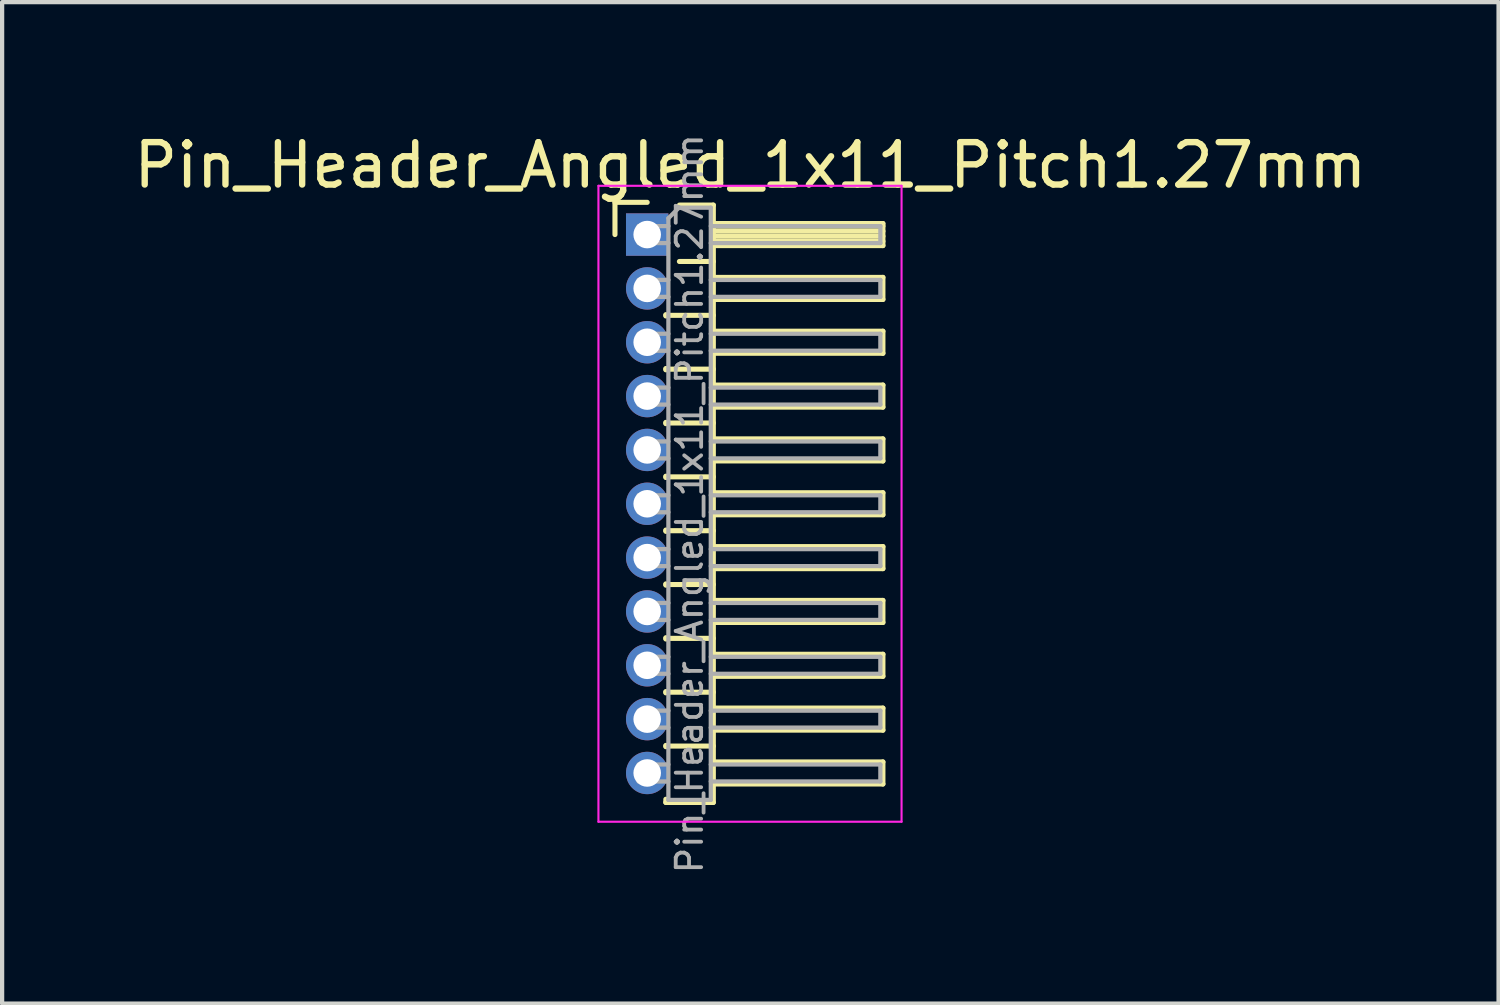
<source format=kicad_pcb>
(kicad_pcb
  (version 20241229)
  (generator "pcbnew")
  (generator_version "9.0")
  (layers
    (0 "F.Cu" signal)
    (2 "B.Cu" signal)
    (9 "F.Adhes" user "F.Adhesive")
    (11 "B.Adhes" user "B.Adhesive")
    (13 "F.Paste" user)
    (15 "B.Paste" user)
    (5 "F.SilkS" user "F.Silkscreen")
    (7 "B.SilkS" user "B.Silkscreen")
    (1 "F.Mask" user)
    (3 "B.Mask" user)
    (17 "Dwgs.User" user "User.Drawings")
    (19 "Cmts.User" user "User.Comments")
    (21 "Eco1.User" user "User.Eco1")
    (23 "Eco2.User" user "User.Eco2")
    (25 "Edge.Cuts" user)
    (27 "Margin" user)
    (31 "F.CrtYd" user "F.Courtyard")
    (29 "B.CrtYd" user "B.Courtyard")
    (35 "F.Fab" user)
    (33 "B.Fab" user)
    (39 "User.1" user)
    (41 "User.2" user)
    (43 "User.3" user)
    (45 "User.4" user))
  (footprint "Pin_Header_Angled_1x11_Pitch1.27mm"
    (layer "F.Cu")
    (at 12.216 2.483)
    (property "Reference" "Pin_Header_Angled_1x11_Pitch1.27mm" (at 2.433 -1.635 0) (layer "F.SilkS") (effects (font (size 1 1) (thickness 0.15))))
    (attr through_hole)
    (fp_line (start -0.76 -0.76) (end 0 -0.76) (stroke (width 0.12) (type solid)) (layer "F.SilkS"))
    (fp_line (start -0.76 0) (end -0.76 -0.76) (stroke (width 0.12) (type solid)) (layer "F.SilkS"))
    (fp_line (start 0.44 1.89) (end 0.44 1.92) (stroke (width 0.12) (type solid)) (layer "F.SilkS"))
    (fp_line (start 0.44 1.905) (end 1.56 1.905) (stroke (width 0.12) (type solid)) (layer "F.SilkS"))
    (fp_line (start 0.44 3.16) (end 0.44 3.19) (stroke (width 0.12) (type solid)) (layer "F.SilkS"))
    (fp_line (start 0.44 3.175) (end 1.56 3.175) (stroke (width 0.12) (type solid)) (layer "F.SilkS"))
    (fp_line (start 0.44 4.43) (end 0.44 4.46) (stroke (width 0.12) (type solid)) (layer "F.SilkS"))
    (fp_line (start 0.44 4.445) (end 1.56 4.445) (stroke (width 0.12) (type solid)) (layer "F.SilkS"))
    (fp_line (start 0.44 5.7) (end 0.44 5.73) (stroke (width 0.12) (type solid)) (layer "F.SilkS"))
    (fp_line (start 0.44 5.715) (end 1.56 5.715) (stroke (width 0.12) (type solid)) (layer "F.SilkS"))
    (fp_line (start 0.44 6.97) (end 0.44 7) (stroke (width 0.12) (type solid)) (layer "F.SilkS"))
    (fp_line (start 0.44 6.985) (end 1.56 6.985) (stroke (width 0.12) (type solid)) (layer "F.SilkS"))
    (fp_line (start 0.44 8.24) (end 0.44 8.27) (stroke (width 0.12) (type solid)) (layer "F.SilkS"))
    (fp_line (start 0.44 8.255) (end 1.56 8.255) (stroke (width 0.12) (type solid)) (layer "F.SilkS"))
    (fp_line (start 0.44 9.51) (end 0.44 9.54) (stroke (width 0.12) (type solid)) (layer "F.SilkS"))
    (fp_line (start 0.44 9.525) (end 1.56 9.525) (stroke (width 0.12) (type solid)) (layer "F.SilkS"))
    (fp_line (start 0.44 10.78) (end 0.44 10.81) (stroke (width 0.12) (type solid)) (layer "F.SilkS"))
    (fp_line (start 0.44 10.795) (end 1.56 10.795) (stroke (width 0.12) (type solid)) (layer "F.SilkS"))
    (fp_line (start 0.44 12.05) (end 0.44 12.08) (stroke (width 0.12) (type solid)) (layer "F.SilkS"))
    (fp_line (start 0.44 12.065) (end 1.56 12.065) (stroke (width 0.12) (type solid)) (layer "F.SilkS"))
    (fp_line (start 0.44 13.395) (end 0.44 13.32) (stroke (width 0.12) (type solid)) (layer "F.SilkS"))
    (fp_line (start 0.76 -0.695) (end 1.56 -0.695) (stroke (width 0.12) (type solid)) (layer "F.SilkS"))
    (fp_line (start 0.76 0.635) (end 1.56 0.635) (stroke (width 0.12) (type solid)) (layer "F.SilkS"))
    (fp_line (start 1.56 -0.695) (end 1.56 13.395) (stroke (width 0.12) (type solid)) (layer "F.SilkS"))
    (fp_line (start 1.56 -0.26) (end 5.56 -0.26) (stroke (width 0.12) (type solid)) (layer "F.SilkS"))
    (fp_line (start 1.56 -0.2) (end 5.56 -0.2) (stroke (width 0.12) (type solid)) (layer "F.SilkS"))
    (fp_line (start 1.56 -0.08) (end 5.56 -0.08) (stroke (width 0.12) (type solid)) (layer "F.SilkS"))
    (fp_line (start 1.56 0.04) (end 5.56 0.04) (stroke (width 0.12) (type solid)) (layer "F.SilkS"))
    (fp_line (start 1.56 0.16) (end 5.56 0.16) (stroke (width 0.12) (type solid)) (layer "F.SilkS"))
    (fp_line (start 1.56 1.01) (end 5.56 1.01) (stroke (width 0.12) (type solid)) (layer "F.SilkS"))
    (fp_line (start 1.56 2.28) (end 5.56 2.28) (stroke (width 0.12) (type solid)) (layer "F.SilkS"))
    (fp_line (start 1.56 3.55) (end 5.56 3.55) (stroke (width 0.12) (type solid)) (layer "F.SilkS"))
    (fp_line (start 1.56 4.82) (end 5.56 4.82) (stroke (width 0.12) (type solid)) (layer "F.SilkS"))
    (fp_line (start 1.56 6.09) (end 5.56 6.09) (stroke (width 0.12) (type solid)) (layer "F.SilkS"))
    (fp_line (start 1.56 7.36) (end 5.56 7.36) (stroke (width 0.12) (type solid)) (layer "F.SilkS"))
    (fp_line (start 1.56 8.63) (end 5.56 8.63) (stroke (width 0.12) (type solid)) (layer "F.SilkS"))
    (fp_line (start 1.56 9.9) (end 5.56 9.9) (stroke (width 0.12) (type solid)) (layer "F.SilkS"))
    (fp_line (start 1.56 11.17) (end 5.56 11.17) (stroke (width 0.12) (type solid)) (layer "F.SilkS"))
    (fp_line (start 1.56 12.44) (end 5.56 12.44) (stroke (width 0.12) (type solid)) (layer "F.SilkS"))
    (fp_line (start 1.56 13.395) (end 0.44 13.395) (stroke (width 0.12) (type solid)) (layer "F.SilkS"))
    (fp_line (start 5.56 -0.26) (end 5.56 0.26) (stroke (width 0.12) (type solid)) (layer "F.SilkS"))
    (fp_line (start 5.56 0.26) (end 1.56 0.26) (stroke (width 0.12) (type solid)) (layer "F.SilkS"))
    (fp_line (start 5.56 1.01) (end 5.56 1.53) (stroke (width 0.12) (type solid)) (layer "F.SilkS"))
    (fp_line (start 5.56 1.53) (end 1.56 1.53) (stroke (width 0.12) (type solid)) (layer "F.SilkS"))
    (fp_line (start 5.56 2.28) (end 5.56 2.8) (stroke (width 0.12) (type solid)) (layer "F.SilkS"))
    (fp_line (start 5.56 2.8) (end 1.56 2.8) (stroke (width 0.12) (type solid)) (layer "F.SilkS"))
    (fp_line (start 5.56 3.55) (end 5.56 4.07) (stroke (width 0.12) (type solid)) (layer "F.SilkS"))
    (fp_line (start 5.56 4.07) (end 1.56 4.07) (stroke (width 0.12) (type solid)) (layer "F.SilkS"))
    (fp_line (start 5.56 4.82) (end 5.56 5.34) (stroke (width 0.12) (type solid)) (layer "F.SilkS"))
    (fp_line (start 5.56 5.34) (end 1.56 5.34) (stroke (width 0.12) (type solid)) (layer "F.SilkS"))
    (fp_line (start 5.56 6.09) (end 5.56 6.61) (stroke (width 0.12) (type solid)) (layer "F.SilkS"))
    (fp_line (start 5.56 6.61) (end 1.56 6.61) (stroke (width 0.12) (type solid)) (layer "F.SilkS"))
    (fp_line (start 5.56 7.36) (end 5.56 7.88) (stroke (width 0.12) (type solid)) (layer "F.SilkS"))
    (fp_line (start 5.56 7.88) (end 1.56 7.88) (stroke (width 0.12) (type solid)) (layer "F.SilkS"))
    (fp_line (start 5.56 8.63) (end 5.56 9.15) (stroke (width 0.12) (type solid)) (layer "F.SilkS"))
    (fp_line (start 5.56 9.15) (end 1.56 9.15) (stroke (width 0.12) (type solid)) (layer "F.SilkS"))
    (fp_line (start 5.56 9.9) (end 5.56 10.42) (stroke (width 0.12) (type solid)) (layer "F.SilkS"))
    (fp_line (start 5.56 10.42) (end 1.56 10.42) (stroke (width 0.12) (type solid)) (layer "F.SilkS"))
    (fp_line (start 5.56 11.17) (end 5.56 11.69) (stroke (width 0.12) (type solid)) (layer "F.SilkS"))
    (fp_line (start 5.56 11.69) (end 1.56 11.69) (stroke (width 0.12) (type solid)) (layer "F.SilkS"))
    (fp_line (start 5.56 12.44) (end 5.56 12.96) (stroke (width 0.12) (type solid)) (layer "F.SilkS"))
    (fp_line (start 5.56 12.96) (end 1.56 12.96) (stroke (width 0.12) (type solid)) (layer "F.SilkS"))
    (fp_line (start -1.15 -1.15) (end -1.15 13.85) (stroke (width 0.05) (type solid)) (layer "F.CrtYd"))
    (fp_line (start -1.15 13.85) (end 6 13.85) (stroke (width 0.05) (type solid)) (layer "F.CrtYd"))
    (fp_line (start 6 -1.15) (end -1.15 -1.15) (stroke (width 0.05) (type solid)) (layer "F.CrtYd"))
    (fp_line (start 6 13.85) (end 6 -1.15) (stroke (width 0.05) (type solid)) (layer "F.CrtYd"))
    (fp_line (start -0.2 -0.2) (end -0.2 0.2) (stroke (width 0.1) (type solid)) (layer "F.Fab"))
    (fp_line (start -0.2 -0.2) (end 0.5 -0.2) (stroke (width 0.1) (type solid)) (layer "F.Fab"))
    (fp_line (start -0.2 0.2) (end 0.5 0.2) (stroke (width 0.1) (type solid)) (layer "F.Fab"))
    (fp_line (start -0.2 1.07) (end -0.2 1.47) (stroke (width 0.1) (type solid)) (layer "F.Fab"))
    (fp_line (start -0.2 1.07) (end 0.5 1.07) (stroke (width 0.1) (type solid)) (layer "F.Fab"))
    (fp_line (start -0.2 1.47) (end 0.5 1.47) (stroke (width 0.1) (type solid)) (layer "F.Fab"))
    (fp_line (start -0.2 2.34) (end -0.2 2.74) (stroke (width 0.1) (type solid)) (layer "F.Fab"))
    (fp_line (start -0.2 2.34) (end 0.5 2.34) (stroke (width 0.1) (type solid)) (layer "F.Fab"))
    (fp_line (start -0.2 2.74) (end 0.5 2.74) (stroke (width 0.1) (type solid)) (layer "F.Fab"))
    (fp_line (start -0.2 3.61) (end -0.2 4.01) (stroke (width 0.1) (type solid)) (layer "F.Fab"))
    (fp_line (start -0.2 3.61) (end 0.5 3.61) (stroke (width 0.1) (type solid)) (layer "F.Fab"))
    (fp_line (start -0.2 4.01) (end 0.5 4.01) (stroke (width 0.1) (type solid)) (layer "F.Fab"))
    (fp_line (start -0.2 4.88) (end -0.2 5.28) (stroke (width 0.1) (type solid)) (layer "F.Fab"))
    (fp_line (start -0.2 4.88) (end 0.5 4.88) (stroke (width 0.1) (type solid)) (layer "F.Fab"))
    (fp_line (start -0.2 5.28) (end 0.5 5.28) (stroke (width 0.1) (type solid)) (layer "F.Fab"))
    (fp_line (start -0.2 6.15) (end -0.2 6.55) (stroke (width 0.1) (type solid)) (layer "F.Fab"))
    (fp_line (start -0.2 6.15) (end 0.5 6.15) (stroke (width 0.1) (type solid)) (layer "F.Fab"))
    (fp_line (start -0.2 6.55) (end 0.5 6.55) (stroke (width 0.1) (type solid)) (layer "F.Fab"))
    (fp_line (start -0.2 7.42) (end -0.2 7.82) (stroke (width 0.1) (type solid)) (layer "F.Fab"))
    (fp_line (start -0.2 7.42) (end 0.5 7.42) (stroke (width 0.1) (type solid)) (layer "F.Fab"))
    (fp_line (start -0.2 7.82) (end 0.5 7.82) (stroke (width 0.1) (type solid)) (layer "F.Fab"))
    (fp_line (start -0.2 8.69) (end -0.2 9.09) (stroke (width 0.1) (type solid)) (layer "F.Fab"))
    (fp_line (start -0.2 8.69) (end 0.5 8.69) (stroke (width 0.1) (type solid)) (layer "F.Fab"))
    (fp_line (start -0.2 9.09) (end 0.5 9.09) (stroke (width 0.1) (type solid)) (layer "F.Fab"))
    (fp_line (start -0.2 9.96) (end -0.2 10.36) (stroke (width 0.1) (type solid)) (layer "F.Fab"))
    (fp_line (start -0.2 9.96) (end 0.5 9.96) (stroke (width 0.1) (type solid)) (layer "F.Fab"))
    (fp_line (start -0.2 10.36) (end 0.5 10.36) (stroke (width 0.1) (type solid)) (layer "F.Fab"))
    (fp_line (start -0.2 11.23) (end -0.2 11.63) (stroke (width 0.1) (type solid)) (layer "F.Fab"))
    (fp_line (start -0.2 11.23) (end 0.5 11.23) (stroke (width 0.1) (type solid)) (layer "F.Fab"))
    (fp_line (start -0.2 11.63) (end 0.5 11.63) (stroke (width 0.1) (type solid)) (layer "F.Fab"))
    (fp_line (start -0.2 12.5) (end -0.2 12.9) (stroke (width 0.1) (type solid)) (layer "F.Fab"))
    (fp_line (start -0.2 12.5) (end 0.5 12.5) (stroke (width 0.1) (type solid)) (layer "F.Fab"))
    (fp_line (start -0.2 12.9) (end 0.5 12.9) (stroke (width 0.1) (type solid)) (layer "F.Fab"))
    (fp_line (start 0.5 -0.385) (end 0.75 -0.635) (stroke (width 0.1) (type solid)) (layer "F.Fab"))
    (fp_line (start 0.5 13.335) (end 0.5 -0.385) (stroke (width 0.1) (type solid)) (layer "F.Fab"))
    (fp_line (start 0.75 -0.635) (end 1.5 -0.635) (stroke (width 0.1) (type solid)) (layer "F.Fab"))
    (fp_line (start 1.5 -0.635) (end 1.5 13.335) (stroke (width 0.1) (type solid)) (layer "F.Fab"))
    (fp_line (start 1.5 -0.2) (end 5.5 -0.2) (stroke (width 0.1) (type solid)) (layer "F.Fab"))
    (fp_line (start 1.5 0.2) (end 5.5 0.2) (stroke (width 0.1) (type solid)) (layer "F.Fab"))
    (fp_line (start 1.5 1.07) (end 5.5 1.07) (stroke (width 0.1) (type solid)) (layer "F.Fab"))
    (fp_line (start 1.5 1.47) (end 5.5 1.47) (stroke (width 0.1) (type solid)) (layer "F.Fab"))
    (fp_line (start 1.5 2.34) (end 5.5 2.34) (stroke (width 0.1) (type solid)) (layer "F.Fab"))
    (fp_line (start 1.5 2.74) (end 5.5 2.74) (stroke (width 0.1) (type solid)) (layer "F.Fab"))
    (fp_line (start 1.5 3.61) (end 5.5 3.61) (stroke (width 0.1) (type solid)) (layer "F.Fab"))
    (fp_line (start 1.5 4.01) (end 5.5 4.01) (stroke (width 0.1) (type solid)) (layer "F.Fab"))
    (fp_line (start 1.5 4.88) (end 5.5 4.88) (stroke (width 0.1) (type solid)) (layer "F.Fab"))
    (fp_line (start 1.5 5.28) (end 5.5 5.28) (stroke (width 0.1) (type solid)) (layer "F.Fab"))
    (fp_line (start 1.5 6.15) (end 5.5 6.15) (stroke (width 0.1) (type solid)) (layer "F.Fab"))
    (fp_line (start 1.5 6.55) (end 5.5 6.55) (stroke (width 0.1) (type solid)) (layer "F.Fab"))
    (fp_line (start 1.5 7.42) (end 5.5 7.42) (stroke (width 0.1) (type solid)) (layer "F.Fab"))
    (fp_line (start 1.5 7.82) (end 5.5 7.82) (stroke (width 0.1) (type solid)) (layer "F.Fab"))
    (fp_line (start 1.5 8.69) (end 5.5 8.69) (stroke (width 0.1) (type solid)) (layer "F.Fab"))
    (fp_line (start 1.5 9.09) (end 5.5 9.09) (stroke (width 0.1) (type solid)) (layer "F.Fab"))
    (fp_line (start 1.5 9.96) (end 5.5 9.96) (stroke (width 0.1) (type solid)) (layer "F.Fab"))
    (fp_line (start 1.5 10.36) (end 5.5 10.36) (stroke (width 0.1) (type solid)) (layer "F.Fab"))
    (fp_line (start 1.5 11.23) (end 5.5 11.23) (stroke (width 0.1) (type solid)) (layer "F.Fab"))
    (fp_line (start 1.5 11.63) (end 5.5 11.63) (stroke (width 0.1) (type solid)) (layer "F.Fab"))
    (fp_line (start 1.5 12.5) (end 5.5 12.5) (stroke (width 0.1) (type solid)) (layer "F.Fab"))
    (fp_line (start 1.5 12.9) (end 5.5 12.9) (stroke (width 0.1) (type solid)) (layer "F.Fab"))
    (fp_line (start 1.5 13.335) (end 0.5 13.335) (stroke (width 0.1) (type solid)) (layer "F.Fab"))
    (fp_line (start 5.5 -0.2) (end 5.5 0.2) (stroke (width 0.1) (type solid)) (layer "F.Fab"))
    (fp_line (start 5.5 1.07) (end 5.5 1.47) (stroke (width 0.1) (type solid)) (layer "F.Fab"))
    (fp_line (start 5.5 2.34) (end 5.5 2.74) (stroke (width 0.1) (type solid)) (layer "F.Fab"))
    (fp_line (start 5.5 3.61) (end 5.5 4.01) (stroke (width 0.1) (type solid)) (layer "F.Fab"))
    (fp_line (start 5.5 4.88) (end 5.5 5.28) (stroke (width 0.1) (type solid)) (layer "F.Fab"))
    (fp_line (start 5.5 6.15) (end 5.5 6.55) (stroke (width 0.1) (type solid)) (layer "F.Fab"))
    (fp_line (start 5.5 7.42) (end 5.5 7.82) (stroke (width 0.1) (type solid)) (layer "F.Fab"))
    (fp_line (start 5.5 8.69) (end 5.5 9.09) (stroke (width 0.1) (type solid)) (layer "F.Fab"))
    (fp_line (start 5.5 9.96) (end 5.5 10.36) (stroke (width 0.1) (type solid)) (layer "F.Fab"))
    (fp_line (start 5.5 11.23) (end 5.5 11.63) (stroke (width 0.1) (type solid)) (layer "F.Fab"))
    (fp_line (start 5.5 12.5) (end 5.5 12.9) (stroke (width 0.1) (type solid)) (layer "F.Fab"))
    (fp_text user "${REFERENCE}" (at 1 6.35 90) (layer "F.Fab") (effects (font (size 0.6 0.6) (thickness 0.09))))
    (pad "1" thru_hole rect (at 0 0) (size 1 1) (drill 0.65) (layers "*.Cu" "*.Mask"))
    (pad "2" thru_hole oval (at 0 1.27) (size 1 1) (drill 0.65) (layers "*.Cu" "*.Mask"))
    (pad "3" thru_hole oval (at 0 2.54) (size 1 1) (drill 0.65) (layers "*.Cu" "*.Mask"))
    (pad "4" thru_hole oval (at 0 3.81) (size 1 1) (drill 0.65) (layers "*.Cu" "*.Mask"))
    (pad "5" thru_hole oval (at 0 5.08) (size 1 1) (drill 0.65) (layers "*.Cu" "*.Mask"))
    (pad "6" thru_hole oval (at 0 6.35) (size 1 1) (drill 0.65) (layers "*.Cu" "*.Mask"))
    (pad "7" thru_hole oval (at 0 7.62) (size 1 1) (drill 0.65) (layers "*.Cu" "*.Mask"))
    (pad "8" thru_hole oval (at 0 8.89) (size 1 1) (drill 0.65) (layers "*.Cu" "*.Mask"))
    (pad "9" thru_hole oval (at 0 10.16) (size 1 1) (drill 0.65) (layers "*.Cu" "*.Mask"))
    (pad "10" thru_hole oval (at 0 11.43) (size 1 1) (drill 0.65) (layers "*.Cu" "*.Mask"))
    (pad "11" thru_hole oval (at 0 12.7) (size 1 1) (drill 0.65) (layers "*.Cu" "*.Mask")))
  (gr_rect
    (start -3 -3)
    (end 32.298 20.623)
    (stroke (width 0.1) (type default))
    (fill no)
    (layer "Edge.Cuts")))
</source>
